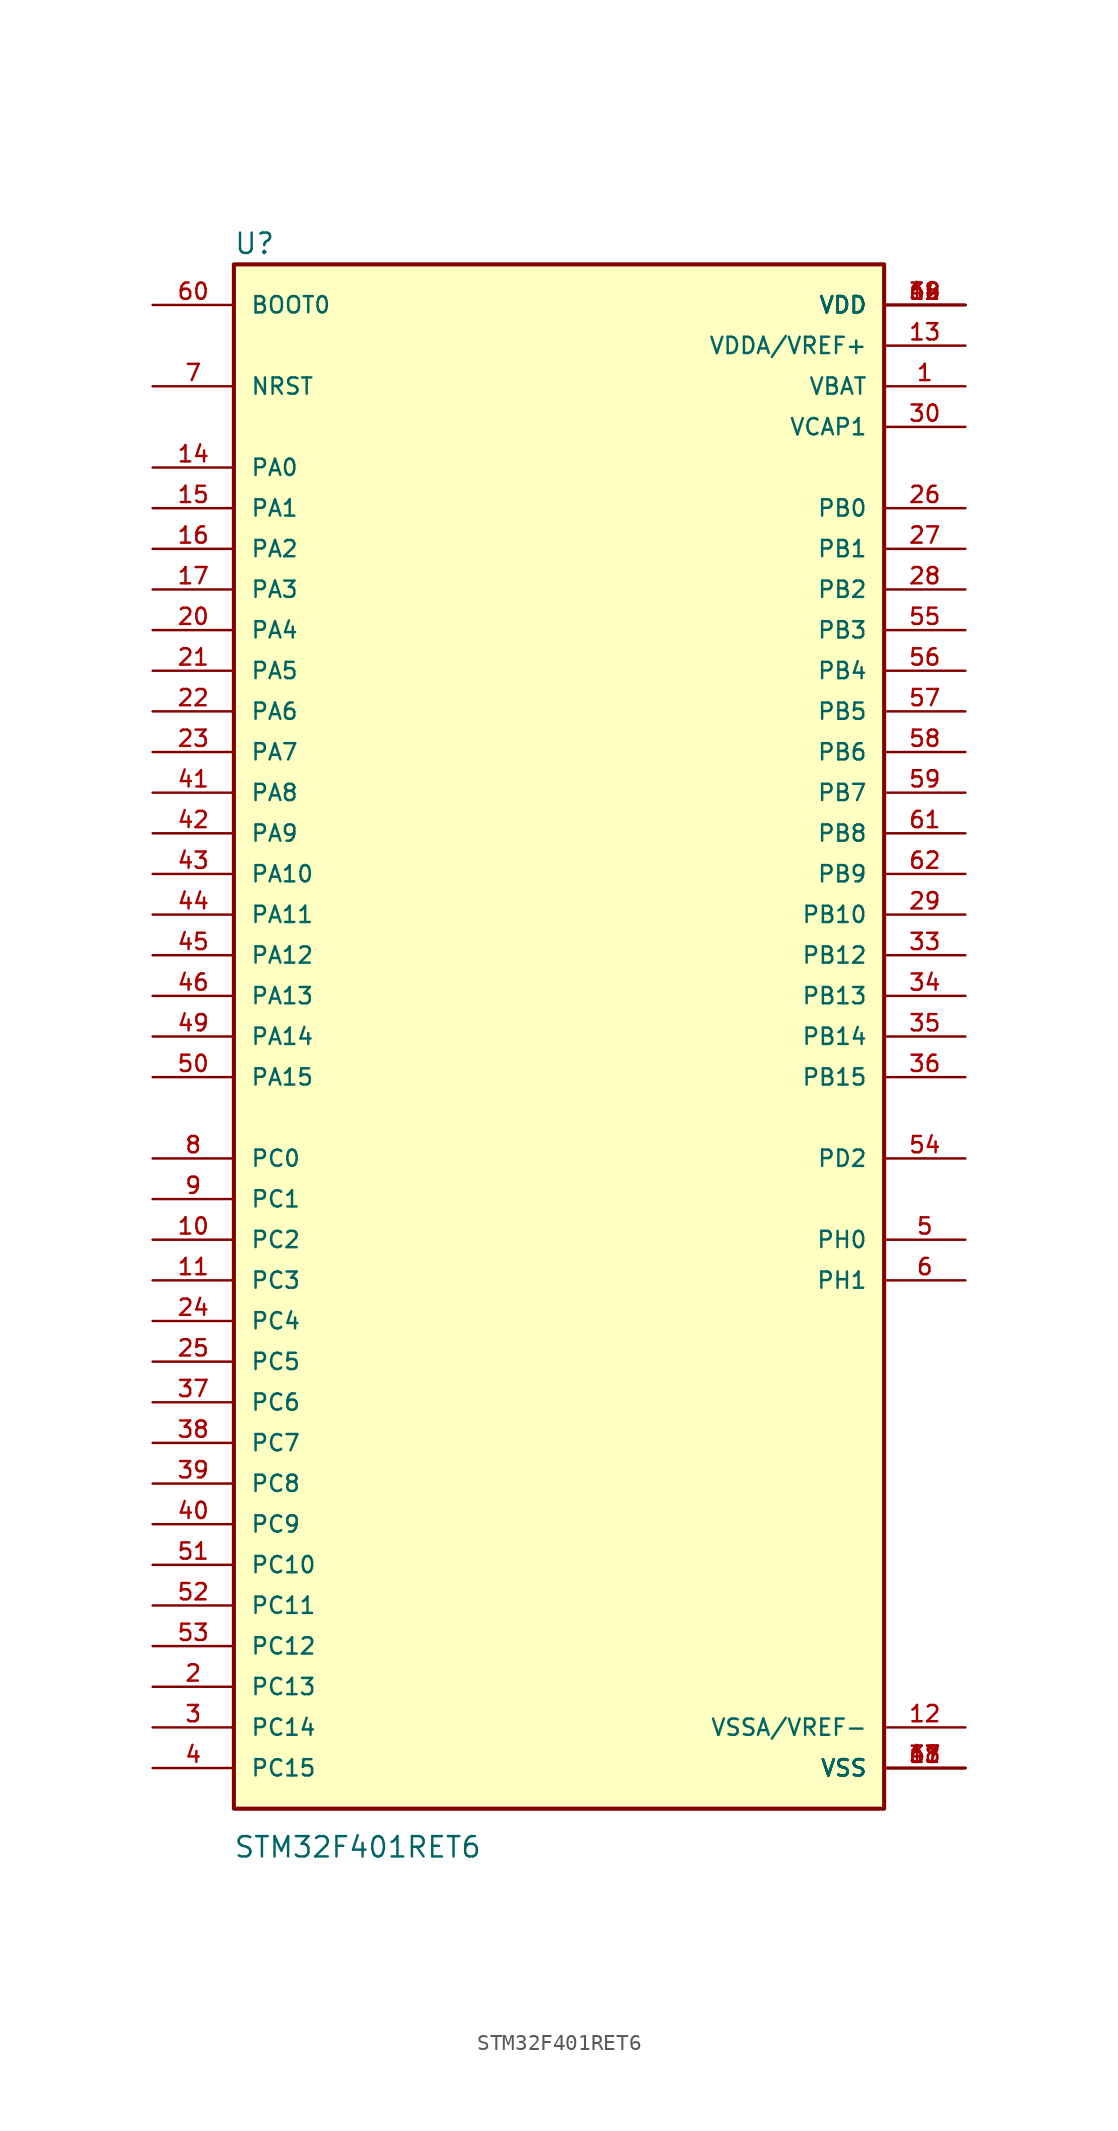
<source format=kicad_sym>
(kicad_symbol_lib
  (version 20211014)
  (generator kicad_symbol_editor)
  (symbol "STM32F401RET6"
    (pin_names
      (offset 1.016))
    (property "Reference" "U"
      (at -20.338 48.812 0)
      (effects (font (size 1.27 1.27)) (justify bottom left)))
    (property "Value" "STM32F401RET6"
      (at -20.359 -51.407 0)
      (effects (font (size 1.27 1.27)) (justify bottom left)))
    (symbol "STM32F401RET6_0_0"
      (rectangle (start -20.32 -48.26) (end 20.32 48.26) (stroke (width 0.254)) (fill (type background)))
      (pin power_in line (at 25.4 40.64 180.0) (length 5.08) (name "VBAT" (effects (font (size 1.016 1.016)))) (number "1" (effects (font (size 1.016 1.016)))))
      (pin bidirectional line (at -25.4 -7.62 0) (length 5.08) (name "PC0" (effects (font (size 1.016 1.016)))) (number "8" (effects (font (size 1.016 1.016)))))
      (pin bidirectional line (at -25.4 -40.64 0) (length 5.08) (name "PC13" (effects (font (size 1.016 1.016)))) (number "2" (effects (font (size 1.016 1.016)))))
      (pin bidirectional line (at -25.4 -43.18 0) (length 5.08) (name "PC14" (effects (font (size 1.016 1.016)))) (number "3" (effects (font (size 1.016 1.016)))))
      (pin bidirectional line (at -25.4 -45.72 0) (length 5.08) (name "PC15" (effects (font (size 1.016 1.016)))) (number "4" (effects (font (size 1.016 1.016)))))
      (pin bidirectional line (at 25.4 -12.7 180.0) (length 5.08) (name "PH0" (effects (font (size 1.016 1.016)))) (number "5" (effects (font (size 1.016 1.016)))))
      (pin bidirectional line (at 25.4 -15.24 180.0) (length 5.08) (name "PH1" (effects (font (size 1.016 1.016)))) (number "6" (effects (font (size 1.016 1.016)))))
      (pin bidirectional line (at -25.4 40.64 0) (length 5.08) (name "NRST" (effects (font (size 1.016 1.016)))) (number "7" (effects (font (size 1.016 1.016)))))
      (pin bidirectional line (at -25.4 -10.16 0) (length 5.08) (name "PC1" (effects (font (size 1.016 1.016)))) (number "9" (effects (font (size 1.016 1.016)))))
      (pin bidirectional line (at -25.4 -12.7 0) (length 5.08) (name "PC2" (effects (font (size 1.016 1.016)))) (number "10" (effects (font (size 1.016 1.016)))))
      (pin bidirectional line (at -25.4 -15.24 0) (length 5.08) (name "PC3" (effects (font (size 1.016 1.016)))) (number "11" (effects (font (size 1.016 1.016)))))
      (pin power_in line (at 25.4 -43.18 180.0) (length 5.08) (name "VSSA/VREF-" (effects (font (size 1.016 1.016)))) (number "12" (effects (font (size 1.016 1.016)))))
      (pin power_in line (at 25.4 43.18 180.0) (length 5.08) (name "VDDA/VREF+" (effects (font (size 1.016 1.016)))) (number "13" (effects (font (size 1.016 1.016)))))
      (pin bidirectional line (at -25.4 35.56 0) (length 5.08) (name "PA0" (effects (font (size 1.016 1.016)))) (number "14" (effects (font (size 1.016 1.016)))))
      (pin bidirectional line (at -25.4 33.02 0) (length 5.08) (name "PA1" (effects (font (size 1.016 1.016)))) (number "15" (effects (font (size 1.016 1.016)))))
      (pin bidirectional line (at -25.4 30.48 0) (length 5.08) (name "PA2" (effects (font (size 1.016 1.016)))) (number "16" (effects (font (size 1.016 1.016)))))
      (pin bidirectional line (at -25.4 27.94 0) (length 5.08) (name "PA3" (effects (font (size 1.016 1.016)))) (number "17" (effects (font (size 1.016 1.016)))))
      (pin power_in line (at 25.4 45.72 180.0) (length 5.08) (name "VDD" (effects (font (size 1.016 1.016)))) (number "19" (effects (font (size 1.016 1.016)))))
      (pin power_in line (at 25.4 45.72 180.0) (length 5.08) (name "VDD" (effects (font (size 1.016 1.016)))) (number "32" (effects (font (size 1.016 1.016)))))
      (pin power_in line (at 25.4 45.72 180.0) (length 5.08) (name "VDD" (effects (font (size 1.016 1.016)))) (number "48" (effects (font (size 1.016 1.016)))))
      (pin power_in line (at 25.4 45.72 180.0) (length 5.08) (name "VDD" (effects (font (size 1.016 1.016)))) (number "64" (effects (font (size 1.016 1.016)))))
      (pin power_in line (at 25.4 -45.72 180.0) (length 5.08) (name "VSS" (effects (font (size 1.016 1.016)))) (number "18" (effects (font (size 1.016 1.016)))))
      (pin power_in line (at 25.4 -45.72 180.0) (length 5.08) (name "VSS" (effects (font (size 1.016 1.016)))) (number "31" (effects (font (size 1.016 1.016)))))
      (pin power_in line (at 25.4 -45.72 180.0) (length 5.08) (name "VSS" (effects (font (size 1.016 1.016)))) (number "47" (effects (font (size 1.016 1.016)))))
      (pin power_in line (at 25.4 -45.72 180.0) (length 5.08) (name "VSS" (effects (font (size 1.016 1.016)))) (number "63" (effects (font (size 1.016 1.016)))))
      (pin bidirectional line (at -25.4 25.4 0) (length 5.08) (name "PA4" (effects (font (size 1.016 1.016)))) (number "20" (effects (font (size 1.016 1.016)))))
      (pin bidirectional line (at -25.4 22.86 0) (length 5.08) (name "PA5" (effects (font (size 1.016 1.016)))) (number "21" (effects (font (size 1.016 1.016)))))
      (pin bidirectional line (at -25.4 20.32 0) (length 5.08) (name "PA6" (effects (font (size 1.016 1.016)))) (number "22" (effects (font (size 1.016 1.016)))))
      (pin bidirectional line (at -25.4 17.78 0) (length 5.08) (name "PA7" (effects (font (size 1.016 1.016)))) (number "23" (effects (font (size 1.016 1.016)))))
      (pin bidirectional line (at -25.4 -17.78 0) (length 5.08) (name "PC4" (effects (font (size 1.016 1.016)))) (number "24" (effects (font (size 1.016 1.016)))))
      (pin bidirectional line (at -25.4 -20.32 0) (length 5.08) (name "PC5" (effects (font (size 1.016 1.016)))) (number "25" (effects (font (size 1.016 1.016)))))
      (pin bidirectional line (at 25.4 33.02 180.0) (length 5.08) (name "PB0" (effects (font (size 1.016 1.016)))) (number "26" (effects (font (size 1.016 1.016)))))
      (pin bidirectional line (at 25.4 30.48 180.0) (length 5.08) (name "PB1" (effects (font (size 1.016 1.016)))) (number "27" (effects (font (size 1.016 1.016)))))
      (pin bidirectional line (at 25.4 27.94 180.0) (length 5.08) (name "PB2" (effects (font (size 1.016 1.016)))) (number "28" (effects (font (size 1.016 1.016)))))
      (pin bidirectional line (at 25.4 7.62 180.0) (length 5.08) (name "PB10" (effects (font (size 1.016 1.016)))) (number "29" (effects (font (size 1.016 1.016)))))
      (pin power_in line (at 25.4 38.1 180.0) (length 5.08) (name "VCAP1" (effects (font (size 1.016 1.016)))) (number "30" (effects (font (size 1.016 1.016)))))
      (pin bidirectional line (at 25.4 5.08 180.0) (length 5.08) (name "PB12" (effects (font (size 1.016 1.016)))) (number "33" (effects (font (size 1.016 1.016)))))
      (pin bidirectional line (at 25.4 2.54 180.0) (length 5.08) (name "PB13" (effects (font (size 1.016 1.016)))) (number "34" (effects (font (size 1.016 1.016)))))
      (pin bidirectional line (at 25.4 0.0 180.0) (length 5.08) (name "PB14" (effects (font (size 1.016 1.016)))) (number "35" (effects (font (size 1.016 1.016)))))
      (pin bidirectional line (at 25.4 -2.54 180.0) (length 5.08) (name "PB15" (effects (font (size 1.016 1.016)))) (number "36" (effects (font (size 1.016 1.016)))))
      (pin bidirectional line (at -25.4 -22.86 0) (length 5.08) (name "PC6" (effects (font (size 1.016 1.016)))) (number "37" (effects (font (size 1.016 1.016)))))
      (pin bidirectional line (at -25.4 -25.4 0) (length 5.08) (name "PC7" (effects (font (size 1.016 1.016)))) (number "38" (effects (font (size 1.016 1.016)))))
      (pin bidirectional line (at -25.4 -27.94 0) (length 5.08) (name "PC8" (effects (font (size 1.016 1.016)))) (number "39" (effects (font (size 1.016 1.016)))))
      (pin bidirectional line (at -25.4 -30.48 0) (length 5.08) (name "PC9" (effects (font (size 1.016 1.016)))) (number "40" (effects (font (size 1.016 1.016)))))
      (pin bidirectional line (at -25.4 15.24 0) (length 5.08) (name "PA8" (effects (font (size 1.016 1.016)))) (number "41" (effects (font (size 1.016 1.016)))))
      (pin bidirectional line (at -25.4 12.7 0) (length 5.08) (name "PA9" (effects (font (size 1.016 1.016)))) (number "42" (effects (font (size 1.016 1.016)))))
      (pin bidirectional line (at -25.4 10.16 0) (length 5.08) (name "PA10" (effects (font (size 1.016 1.016)))) (number "43" (effects (font (size 1.016 1.016)))))
      (pin bidirectional line (at -25.4 7.62 0) (length 5.08) (name "PA11" (effects (font (size 1.016 1.016)))) (number "44" (effects (font (size 1.016 1.016)))))
      (pin bidirectional line (at -25.4 5.08 0) (length 5.08) (name "PA12" (effects (font (size 1.016 1.016)))) (number "45" (effects (font (size 1.016 1.016)))))
      (pin bidirectional line (at -25.4 2.54 0) (length 5.08) (name "PA13" (effects (font (size 1.016 1.016)))) (number "46" (effects (font (size 1.016 1.016)))))
      (pin bidirectional line (at -25.4 0.0 0) (length 5.08) (name "PA14" (effects (font (size 1.016 1.016)))) (number "49" (effects (font (size 1.016 1.016)))))
      (pin bidirectional line (at -25.4 -2.54 0) (length 5.08) (name "PA15" (effects (font (size 1.016 1.016)))) (number "50" (effects (font (size 1.016 1.016)))))
      (pin bidirectional line (at -25.4 -33.02 0) (length 5.08) (name "PC10" (effects (font (size 1.016 1.016)))) (number "51" (effects (font (size 1.016 1.016)))))
      (pin bidirectional line (at -25.4 -35.56 0) (length 5.08) (name "PC11" (effects (font (size 1.016 1.016)))) (number "52" (effects (font (size 1.016 1.016)))))
      (pin bidirectional line (at -25.4 -38.1 0) (length 5.08) (name "PC12" (effects (font (size 1.016 1.016)))) (number "53" (effects (font (size 1.016 1.016)))))
      (pin bidirectional line (at 25.4 -7.62 180.0) (length 5.08) (name "PD2" (effects (font (size 1.016 1.016)))) (number "54" (effects (font (size 1.016 1.016)))))
      (pin bidirectional line (at 25.4 25.4 180.0) (length 5.08) (name "PB3" (effects (font (size 1.016 1.016)))) (number "55" (effects (font (size 1.016 1.016)))))
      (pin bidirectional line (at 25.4 22.86 180.0) (length 5.08) (name "PB4" (effects (font (size 1.016 1.016)))) (number "56" (effects (font (size 1.016 1.016)))))
      (pin bidirectional line (at 25.4 20.32 180.0) (length 5.08) (name "PB5" (effects (font (size 1.016 1.016)))) (number "57" (effects (font (size 1.016 1.016)))))
      (pin bidirectional line (at 25.4 17.78 180.0) (length 5.08) (name "PB6" (effects (font (size 1.016 1.016)))) (number "58" (effects (font (size 1.016 1.016)))))
      (pin bidirectional line (at 25.4 15.24 180.0) (length 5.08) (name "PB7" (effects (font (size 1.016 1.016)))) (number "59" (effects (font (size 1.016 1.016)))))
      (pin input line (at -25.4 45.72 0) (length 5.08) (name "BOOT0" (effects (font (size 1.016 1.016)))) (number "60" (effects (font (size 1.016 1.016)))))
      (pin bidirectional line (at 25.4 12.7 180.0) (length 5.08) (name "PB8" (effects (font (size 1.016 1.016)))) (number "61" (effects (font (size 1.016 1.016)))))
      (pin bidirectional line (at 25.4 10.16 180.0) (length 5.08) (name "PB9" (effects (font (size 1.016 1.016)))) (number "62" (effects (font (size 1.016 1.016))))))))
</source>
